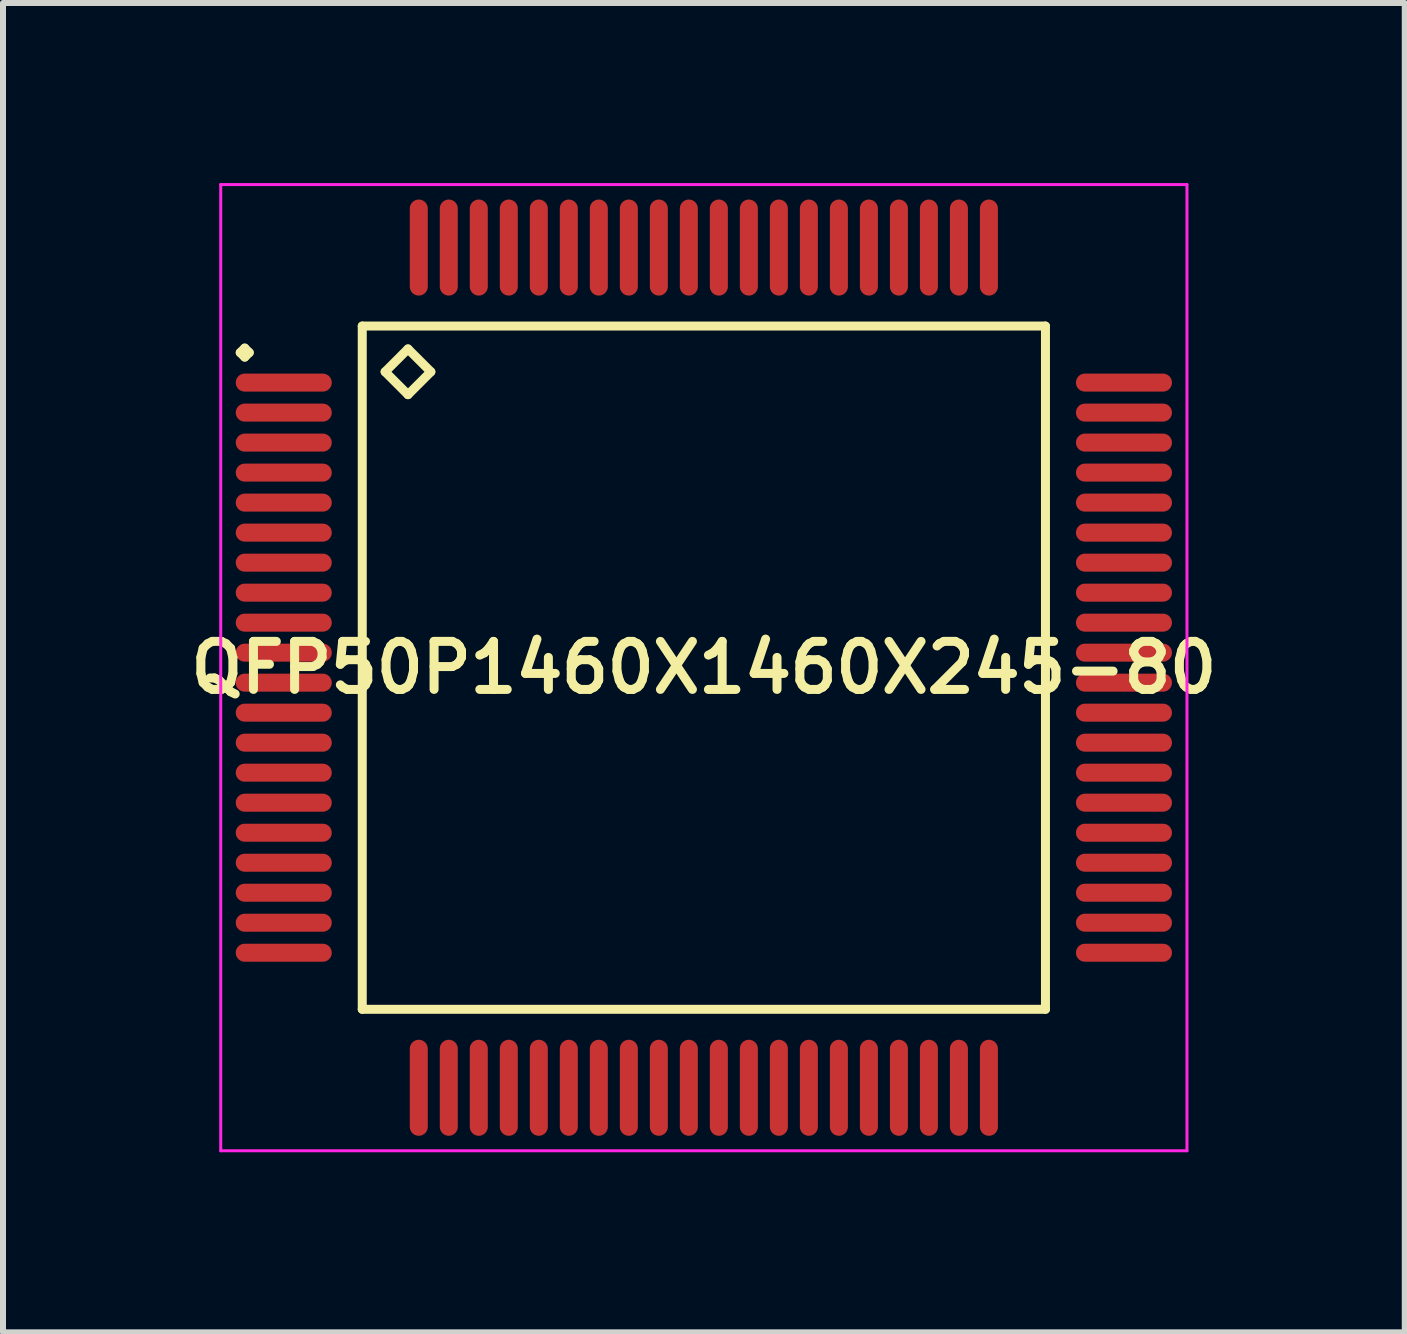
<source format=kicad_pcb>
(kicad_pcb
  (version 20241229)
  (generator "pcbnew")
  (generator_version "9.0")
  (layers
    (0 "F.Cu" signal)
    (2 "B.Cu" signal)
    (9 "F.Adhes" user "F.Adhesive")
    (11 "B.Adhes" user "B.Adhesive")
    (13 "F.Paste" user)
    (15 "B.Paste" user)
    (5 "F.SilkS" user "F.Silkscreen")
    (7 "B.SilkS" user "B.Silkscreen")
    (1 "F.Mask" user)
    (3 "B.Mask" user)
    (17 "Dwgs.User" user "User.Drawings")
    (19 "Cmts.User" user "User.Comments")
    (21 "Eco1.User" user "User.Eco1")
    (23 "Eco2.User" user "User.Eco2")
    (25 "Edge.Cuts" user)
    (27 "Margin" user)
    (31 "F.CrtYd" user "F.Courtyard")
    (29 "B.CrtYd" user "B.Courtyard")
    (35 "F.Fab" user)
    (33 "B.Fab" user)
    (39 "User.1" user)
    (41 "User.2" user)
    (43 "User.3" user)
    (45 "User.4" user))
  (footprint "QFP50P1460X1460X245-80"
    (layer "F.Cu")
    (at 8.678 8.075)
    (property "Reference" "QFP50P1460X1460X245-80" (at 0 0 0) (layer "F.SilkS") (effects (font (size 0.8 0.8) (thickness 0.15))))
    (attr smd)
    (fp_line (start -7.725 -5.25) (end -7.65 -5.325) (stroke (width 0.15) (type solid)) (layer "F.SilkS"))
    (fp_line (start -7.65 -5.325) (end -7.575 -5.25) (stroke (width 0.15) (type solid)) (layer "F.SilkS"))
    (fp_line (start -7.65 -5.175) (end -7.725 -5.25) (stroke (width 0.15) (type solid)) (layer "F.SilkS"))
    (fp_line (start -7.575 -5.25) (end -7.65 -5.175) (stroke (width 0.15) (type solid)) (layer "F.SilkS"))
    (fp_line (start -5.692 -5.692) (end -5.692 5.692) (stroke (width 0.15) (type solid)) (layer "F.SilkS"))
    (fp_line (start -5.692 5.692) (end 5.692 5.692) (stroke (width 0.15) (type solid)) (layer "F.SilkS"))
    (fp_line (start -5.311 -4.93) (end -4.93 -5.311) (stroke (width 0.15) (type solid)) (layer "F.SilkS"))
    (fp_line (start -4.93 -5.311) (end -4.549 -4.93) (stroke (width 0.15) (type solid)) (layer "F.SilkS"))
    (fp_line (start -4.93 -4.549) (end -5.311 -4.93) (stroke (width 0.15) (type solid)) (layer "F.SilkS"))
    (fp_line (start -4.549 -4.93) (end -4.93 -4.549) (stroke (width 0.15) (type solid)) (layer "F.SilkS"))
    (fp_line (start 5.692 -5.692) (end -5.692 -5.692) (stroke (width 0.15) (type solid)) (layer "F.SilkS"))
    (fp_line (start 5.692 5.692) (end 5.692 -5.692) (stroke (width 0.15) (type solid)) (layer "F.SilkS"))
    (fp_line (start -8.05 -8.05) (end 8.05 -8.05) (stroke (width 0.05) (type solid)) (layer "F.CrtYd"))
    (fp_line (start -8.05 8.05) (end -8.05 -8.05) (stroke (width 0.05) (type solid)) (layer "F.CrtYd"))
    (fp_line (start 8.05 -8.05) (end 8.05 8.05) (stroke (width 0.05) (type solid)) (layer "F.CrtYd"))
    (fp_line (start 8.05 8.05) (end -8.05 8.05) (stroke (width 0.05) (type solid)) (layer "F.CrtYd"))
    (pad "1" smd oval (at -7 -4.75) (size 1.6 0.3) (layers "F.Cu" "F.Mask" "F.Paste"))
    (pad "2" smd oval (at -7 -4.25) (size 1.6 0.3) (layers "F.Cu" "F.Mask" "F.Paste"))
    (pad "3" smd oval (at -7 -3.75) (size 1.6 0.3) (layers "F.Cu" "F.Mask" "F.Paste"))
    (pad "4" smd oval (at -7 -3.25) (size 1.6 0.3) (layers "F.Cu" "F.Mask" "F.Paste"))
    (pad "5" smd oval (at -7 -2.75) (size 1.6 0.3) (layers "F.Cu" "F.Mask" "F.Paste"))
    (pad "6" smd oval (at -7 -2.25) (size 1.6 0.3) (layers "F.Cu" "F.Mask" "F.Paste"))
    (pad "7" smd oval (at -7 -1.75) (size 1.6 0.3) (layers "F.Cu" "F.Mask" "F.Paste"))
    (pad "8" smd oval (at -7 -1.25) (size 1.6 0.3) (layers "F.Cu" "F.Mask" "F.Paste"))
    (pad "9" smd oval (at -7 -0.75) (size 1.6 0.3) (layers "F.Cu" "F.Mask" "F.Paste"))
    (pad "10" smd oval (at -7 -0.25) (size 1.6 0.3) (layers "F.Cu" "F.Mask" "F.Paste"))
    (pad "11" smd oval (at -7 0.25) (size 1.6 0.3) (layers "F.Cu" "F.Mask" "F.Paste"))
    (pad "12" smd oval (at -7 0.75) (size 1.6 0.3) (layers "F.Cu" "F.Mask" "F.Paste"))
    (pad "13" smd oval (at -7 1.25) (size 1.6 0.3) (layers "F.Cu" "F.Mask" "F.Paste"))
    (pad "14" smd oval (at -7 1.75) (size 1.6 0.3) (layers "F.Cu" "F.Mask" "F.Paste"))
    (pad "15" smd oval (at -7 2.25) (size 1.6 0.3) (layers "F.Cu" "F.Mask" "F.Paste"))
    (pad "16" smd oval (at -7 2.75) (size 1.6 0.3) (layers "F.Cu" "F.Mask" "F.Paste"))
    (pad "17" smd oval (at -7 3.25) (size 1.6 0.3) (layers "F.Cu" "F.Mask" "F.Paste"))
    (pad "18" smd oval (at -7 3.75) (size 1.6 0.3) (layers "F.Cu" "F.Mask" "F.Paste"))
    (pad "19" smd oval (at -7 4.25) (size 1.6 0.3) (layers "F.Cu" "F.Mask" "F.Paste"))
    (pad "20" smd oval (at -7 4.75) (size 1.6 0.3) (layers "F.Cu" "F.Mask" "F.Paste"))
    (pad "21" smd oval (at -4.75 7) (size 0.3 1.6) (layers "F.Cu" "F.Mask" "F.Paste"))
    (pad "22" smd oval (at -4.25 7) (size 0.3 1.6) (layers "F.Cu" "F.Mask" "F.Paste"))
    (pad "23" smd oval (at -3.75 7) (size 0.3 1.6) (layers "F.Cu" "F.Mask" "F.Paste"))
    (pad "24" smd oval (at -3.25 7) (size 0.3 1.6) (layers "F.Cu" "F.Mask" "F.Paste"))
    (pad "25" smd oval (at -2.75 7) (size 0.3 1.6) (layers "F.Cu" "F.Mask" "F.Paste"))
    (pad "26" smd oval (at -2.25 7) (size 0.3 1.6) (layers "F.Cu" "F.Mask" "F.Paste"))
    (pad "27" smd oval (at -1.75 7) (size 0.3 1.6) (layers "F.Cu" "F.Mask" "F.Paste"))
    (pad "28" smd oval (at -1.25 7) (size 0.3 1.6) (layers "F.Cu" "F.Mask" "F.Paste"))
    (pad "29" smd oval (at -0.75 7) (size 0.3 1.6) (layers "F.Cu" "F.Mask" "F.Paste"))
    (pad "30" smd oval (at -0.25 7) (size 0.3 1.6) (layers "F.Cu" "F.Mask" "F.Paste"))
    (pad "31" smd oval (at 0.25 7) (size 0.3 1.6) (layers "F.Cu" "F.Mask" "F.Paste"))
    (pad "32" smd oval (at 0.75 7) (size 0.3 1.6) (layers "F.Cu" "F.Mask" "F.Paste"))
    (pad "33" smd oval (at 1.25 7) (size 0.3 1.6) (layers "F.Cu" "F.Mask" "F.Paste"))
    (pad "34" smd oval (at 1.75 7) (size 0.3 1.6) (layers "F.Cu" "F.Mask" "F.Paste"))
    (pad "35" smd oval (at 2.25 7) (size 0.3 1.6) (layers "F.Cu" "F.Mask" "F.Paste"))
    (pad "36" smd oval (at 2.75 7) (size 0.3 1.6) (layers "F.Cu" "F.Mask" "F.Paste"))
    (pad "37" smd oval (at 3.25 7) (size 0.3 1.6) (layers "F.Cu" "F.Mask" "F.Paste"))
    (pad "38" smd oval (at 3.75 7) (size 0.3 1.6) (layers "F.Cu" "F.Mask" "F.Paste"))
    (pad "39" smd oval (at 4.25 7) (size 0.3 1.6) (layers "F.Cu" "F.Mask" "F.Paste"))
    (pad "40" smd oval (at 4.75 7) (size 0.3 1.6) (layers "F.Cu" "F.Mask" "F.Paste"))
    (pad "41" smd oval (at 7 4.75) (size 1.6 0.3) (layers "F.Cu" "F.Mask" "F.Paste"))
    (pad "42" smd oval (at 7 4.25) (size 1.6 0.3) (layers "F.Cu" "F.Mask" "F.Paste"))
    (pad "43" smd oval (at 7 3.75) (size 1.6 0.3) (layers "F.Cu" "F.Mask" "F.Paste"))
    (pad "44" smd oval (at 7 3.25) (size 1.6 0.3) (layers "F.Cu" "F.Mask" "F.Paste"))
    (pad "45" smd oval (at 7 2.75) (size 1.6 0.3) (layers "F.Cu" "F.Mask" "F.Paste"))
    (pad "46" smd oval (at 7 2.25) (size 1.6 0.3) (layers "F.Cu" "F.Mask" "F.Paste"))
    (pad "47" smd oval (at 7 1.75) (size 1.6 0.3) (layers "F.Cu" "F.Mask" "F.Paste"))
    (pad "48" smd oval (at 7 1.25) (size 1.6 0.3) (layers "F.Cu" "F.Mask" "F.Paste"))
    (pad "49" smd oval (at 7 0.75) (size 1.6 0.3) (layers "F.Cu" "F.Mask" "F.Paste"))
    (pad "50" smd oval (at 7 0.25) (size 1.6 0.3) (layers "F.Cu" "F.Mask" "F.Paste"))
    (pad "51" smd oval (at 7 -0.25) (size 1.6 0.3) (layers "F.Cu" "F.Mask" "F.Paste"))
    (pad "52" smd oval (at 7 -0.75) (size 1.6 0.3) (layers "F.Cu" "F.Mask" "F.Paste"))
    (pad "53" smd oval (at 7 -1.25) (size 1.6 0.3) (layers "F.Cu" "F.Mask" "F.Paste"))
    (pad "54" smd oval (at 7 -1.75) (size 1.6 0.3) (layers "F.Cu" "F.Mask" "F.Paste"))
    (pad "55" smd oval (at 7 -2.25) (size 1.6 0.3) (layers "F.Cu" "F.Mask" "F.Paste"))
    (pad "56" smd oval (at 7 -2.75) (size 1.6 0.3) (layers "F.Cu" "F.Mask" "F.Paste"))
    (pad "57" smd oval (at 7 -3.25) (size 1.6 0.3) (layers "F.Cu" "F.Mask" "F.Paste"))
    (pad "58" smd oval (at 7 -3.75) (size 1.6 0.3) (layers "F.Cu" "F.Mask" "F.Paste"))
    (pad "59" smd oval (at 7 -4.25) (size 1.6 0.3) (layers "F.Cu" "F.Mask" "F.Paste"))
    (pad "60" smd oval (at 7 -4.75) (size 1.6 0.3) (layers "F.Cu" "F.Mask" "F.Paste"))
    (pad "61" smd oval (at 4.75 -7) (size 0.3 1.6) (layers "F.Cu" "F.Mask" "F.Paste"))
    (pad "62" smd oval (at 4.25 -7) (size 0.3 1.6) (layers "F.Cu" "F.Mask" "F.Paste"))
    (pad "63" smd oval (at 3.75 -7) (size 0.3 1.6) (layers "F.Cu" "F.Mask" "F.Paste"))
    (pad "64" smd oval (at 3.25 -7) (size 0.3 1.6) (layers "F.Cu" "F.Mask" "F.Paste"))
    (pad "65" smd oval (at 2.75 -7) (size 0.3 1.6) (layers "F.Cu" "F.Mask" "F.Paste"))
    (pad "66" smd oval (at 2.25 -7) (size 0.3 1.6) (layers "F.Cu" "F.Mask" "F.Paste"))
    (pad "67" smd oval (at 1.75 -7) (size 0.3 1.6) (layers "F.Cu" "F.Mask" "F.Paste"))
    (pad "68" smd oval (at 1.25 -7) (size 0.3 1.6) (layers "F.Cu" "F.Mask" "F.Paste"))
    (pad "69" smd oval (at 0.75 -7) (size 0.3 1.6) (layers "F.Cu" "F.Mask" "F.Paste"))
    (pad "70" smd oval (at 0.25 -7) (size 0.3 1.6) (layers "F.Cu" "F.Mask" "F.Paste"))
    (pad "71" smd oval (at -0.25 -7) (size 0.3 1.6) (layers "F.Cu" "F.Mask" "F.Paste"))
    (pad "72" smd oval (at -0.75 -7) (size 0.3 1.6) (layers "F.Cu" "F.Mask" "F.Paste"))
    (pad "73" smd oval (at -1.25 -7) (size 0.3 1.6) (layers "F.Cu" "F.Mask" "F.Paste"))
    (pad "74" smd oval (at -1.75 -7) (size 0.3 1.6) (layers "F.Cu" "F.Mask" "F.Paste"))
    (pad "75" smd oval (at -2.25 -7) (size 0.3 1.6) (layers "F.Cu" "F.Mask" "F.Paste"))
    (pad "76" smd oval (at -2.75 -7) (size 0.3 1.6) (layers "F.Cu" "F.Mask" "F.Paste"))
    (pad "77" smd oval (at -3.25 -7) (size 0.3 1.6) (layers "F.Cu" "F.Mask" "F.Paste"))
    (pad "78" smd oval (at -3.75 -7) (size 0.3 1.6) (layers "F.Cu" "F.Mask" "F.Paste"))
    (pad "79" smd oval (at -4.25 -7) (size 0.3 1.6) (layers "F.Cu" "F.Mask" "F.Paste"))
    (pad "80" smd oval (at -4.75 -7) (size 0.3 1.6) (layers "F.Cu" "F.Mask" "F.Paste")))
  (gr_rect
    (start -3 -3)
    (end 20.357 19.15)
    (stroke (width 0.1) (type default))
    (fill no)
    (layer "Edge.Cuts")))
</source>
